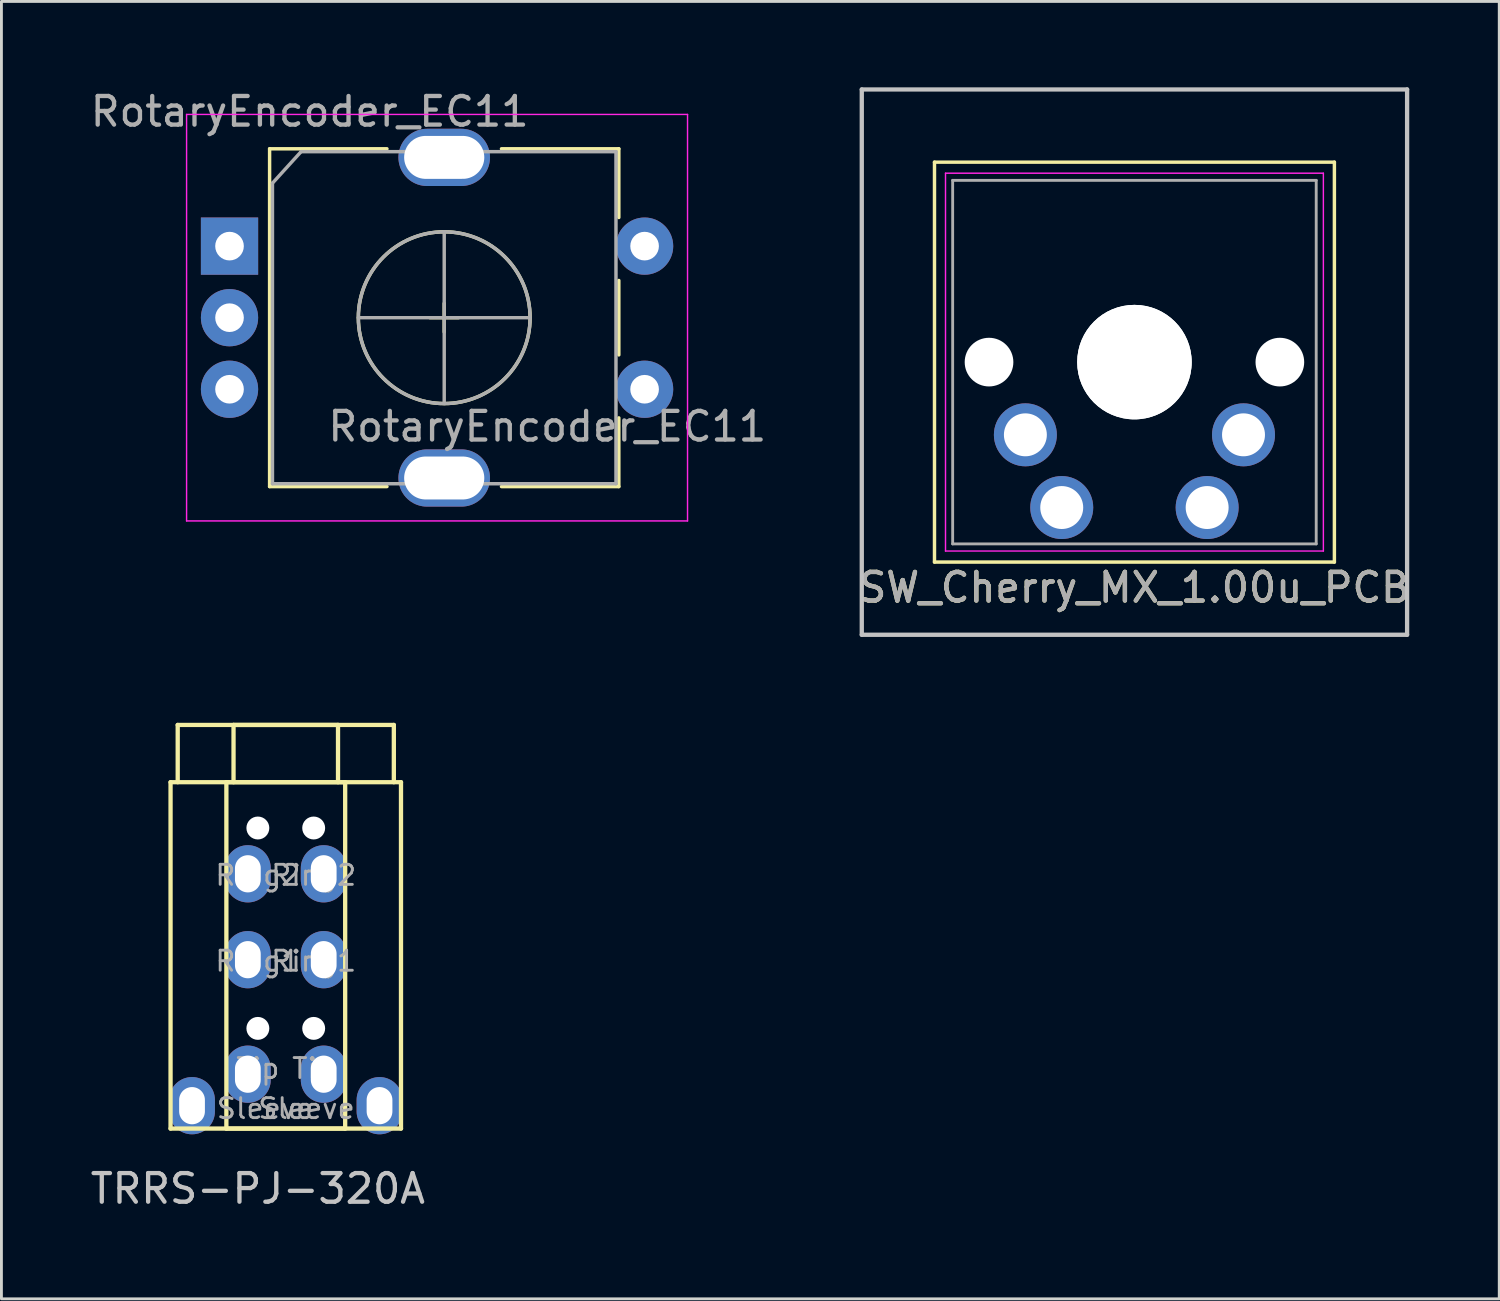
<source format=kicad_pcb>
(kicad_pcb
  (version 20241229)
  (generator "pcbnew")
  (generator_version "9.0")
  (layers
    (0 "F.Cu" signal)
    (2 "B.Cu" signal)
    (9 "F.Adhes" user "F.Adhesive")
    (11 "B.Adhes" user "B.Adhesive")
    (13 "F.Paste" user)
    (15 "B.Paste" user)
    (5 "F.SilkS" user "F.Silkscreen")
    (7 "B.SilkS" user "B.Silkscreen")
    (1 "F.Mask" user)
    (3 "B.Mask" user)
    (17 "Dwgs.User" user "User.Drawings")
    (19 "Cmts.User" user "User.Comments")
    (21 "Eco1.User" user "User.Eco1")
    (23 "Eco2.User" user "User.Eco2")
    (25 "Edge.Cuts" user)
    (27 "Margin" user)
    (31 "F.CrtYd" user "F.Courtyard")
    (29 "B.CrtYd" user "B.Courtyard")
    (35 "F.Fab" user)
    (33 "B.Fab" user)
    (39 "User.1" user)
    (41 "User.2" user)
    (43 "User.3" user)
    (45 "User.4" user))
  (footprint "RotaryEncoder_EC11"
    (layer "F.Cu")
    (at 12.468 8.048)
    (property "Reference" "RotaryEncoder_EC11" (at -4.7 -7.2 0) (layer "F.Fab") (effects (font (size 1 1) (thickness 0.15))))
    (attr through_hole)
    (fp_line (start -6.1 -5.9) (end -6.1 5.9) (stroke (width 0.12) (type solid)) (layer "F.SilkS"))
    (fp_line (start -2 -5.9) (end -6.1 -5.9) (stroke (width 0.12) (type solid)) (layer "F.SilkS"))
    (fp_line (start -2 5.9) (end -6.1 5.9) (stroke (width 0.12) (type solid)) (layer "F.SilkS"))
    (fp_line (start -0.5 0) (end 0.5 0) (stroke (width 0.12) (type solid)) (layer "F.SilkS"))
    (fp_line (start 0 -0.5) (end 0 0.5) (stroke (width 0.12) (type solid)) (layer "F.SilkS"))
    (fp_line (start 2 -5.9) (end 6.1 -5.9) (stroke (width 0.12) (type solid)) (layer "F.SilkS"))
    (fp_line (start 6.1 -5.9) (end 6.1 -3.5) (stroke (width 0.12) (type solid)) (layer "F.SilkS"))
    (fp_line (start 6.1 -1.3) (end 6.1 1.3) (stroke (width 0.12) (type solid)) (layer "F.SilkS"))
    (fp_line (start 6.1 3.5) (end 6.1 5.9) (stroke (width 0.12) (type solid)) (layer "F.SilkS"))
    (fp_line (start 6.1 5.9) (end 2 5.9) (stroke (width 0.12) (type solid)) (layer "F.SilkS"))
    (fp_circle (center 0 0) (end 3 0) (stroke (width 0.12) (type solid)) (fill no) (layer "F.SilkS"))
    (fp_line (start -9 -7.1) (end -9 7.1) (stroke (width 0.05) (type solid)) (layer "F.CrtYd"))
    (fp_line (start -9 -7.1) (end 8.5 -7.1) (stroke (width 0.05) (type solid)) (layer "F.CrtYd"))
    (fp_line (start 8.5 7.1) (end -9 7.1) (stroke (width 0.05) (type solid)) (layer "F.CrtYd"))
    (fp_line (start 8.5 7.1) (end 8.5 -7.1) (stroke (width 0.05) (type solid)) (layer "F.CrtYd"))
    (fp_line (start -6 -4.7) (end -5 -5.8) (stroke (width 0.12) (type solid)) (layer "F.Fab"))
    (fp_line (start -6 5.8) (end -6 -4.7) (stroke (width 0.12) (type solid)) (layer "F.Fab"))
    (fp_line (start -5 -5.8) (end 6 -5.8) (stroke (width 0.12) (type solid)) (layer "F.Fab"))
    (fp_line (start -3 0) (end 3 0) (stroke (width 0.12) (type solid)) (layer "F.Fab"))
    (fp_line (start 0 -3) (end 0 3) (stroke (width 0.12) (type solid)) (layer "F.Fab"))
    (fp_line (start 6 -5.8) (end 6 5.8) (stroke (width 0.12) (type solid)) (layer "F.Fab"))
    (fp_line (start 6 5.8) (end -6 5.8) (stroke (width 0.12) (type solid)) (layer "F.Fab"))
    (fp_circle (center 0 0) (end 3 0) (stroke (width 0.12) (type solid)) (fill no) (layer "F.Fab"))
    (fp_line (start -7.1 -5.9) (end -7.1 5.9) (stroke (width 0.12) (type solid)) (layer "User.3"))
    (fp_line (start -7.1 -5.9) (end 6.9 -5.9) (stroke (width 0.12) (type solid)) (layer "User.3"))
    (fp_line (start -7.1 5.9) (end 6.9 5.9) (stroke (width 0.12) (type solid)) (layer "User.3"))
    (fp_line (start 6.9 -5.9) (end 6.9 5.9) (stroke (width 0.12) (type solid)) (layer "User.3"))
    (fp_text user "${REFERENCE}" (at 3.6 3.8 0) (layer "F.Fab") (effects (font (size 1 1) (thickness 0.15))))
    (pad "" np_thru_hole oval (at 0 -5.6) (size 3.2 2) (drill oval 2.8 1.5) (layers "*.Cu" "*.Mask"))
    (pad "" np_thru_hole oval (at 0 5.6) (size 3.2 2) (drill oval 2.8 1.5) (layers "*.Cu" "*.Mask"))
    (pad "A" thru_hole rect (at -7.5 -2.5) (size 2 2) (drill 1) (layers "*.Cu" "*.Mask"))
    (pad "B" thru_hole circle (at -7.5 2.5) (size 2 2) (drill 1) (layers "*.Cu" "*.Mask"))
    (pad "C" thru_hole circle (at -7.5 0) (size 2 2) (drill 1) (layers "*.Cu" "*.Mask"))
    (pad "S1" thru_hole circle (at 7 2.5) (size 2 2) (drill 1) (layers "*.Cu" "*.Mask"))
    (pad "S2" thru_hole circle (at 7 -2.5) (size 2 2) (drill 1) (layers "*.Cu" "*.Mask")))
  (footprint "TRRS-PJ-320A"
    (layer "F.Cu")
    (at 5.958 24.275)
    (property "Reference" "TRRS-PJ-320A" (at 0 14.2 0) (layer "Dwgs.User") (effects (font (size 1 1) (thickness 0.15))))
    (attr through_hole)
    (fp_line (start -3.05 0) (end -3.05 12.1) (stroke (width 0.15) (type solid)) (layer "F.SilkS"))
    (fp_line (start -2.8 0) (end -2.8 -2) (stroke (width 0.15) (type solid)) (layer "F.SilkS"))
    (fp_line (start -1.1 0) (end -1.1 12.1) (stroke (width 0.15) (type solid)) (layer "F.SilkS"))
    (fp_line (start -1.1 0) (end 5 0) (stroke (width 0.15) (type solid)) (layer "F.SilkS"))
    (fp_line (start -1.1 12.1) (end 5 12.1) (stroke (width 0.15) (type solid)) (layer "F.SilkS"))
    (fp_line (start -0.85 -2) (end 4.75 -2) (stroke (width 0.15) (type solid)) (layer "F.SilkS"))
    (fp_line (start -0.85 0) (end -0.85 -2) (stroke (width 0.15) (type solid)) (layer "F.SilkS"))
    (fp_line (start 2.8 -2) (end -2.8 -2) (stroke (width 0.15) (type solid)) (layer "F.SilkS"))
    (fp_line (start 2.8 0) (end 2.8 -2) (stroke (width 0.15) (type solid)) (layer "F.SilkS"))
    (fp_line (start 3.05 0) (end -3.05 0) (stroke (width 0.15) (type solid)) (layer "F.SilkS"))
    (fp_line (start 3.05 0) (end 3.05 12.1) (stroke (width 0.15) (type solid)) (layer "F.SilkS"))
    (fp_line (start 3.05 12.1) (end -3.05 12.1) (stroke (width 0.15) (type solid)) (layer "F.SilkS"))
    (fp_line (start 4.75 0) (end 4.75 -2) (stroke (width 0.15) (type solid)) (layer "F.SilkS"))
    (fp_line (start 5 0) (end 5 12.1) (stroke (width 0.15) (type solid)) (layer "F.SilkS"))
    (fp_text user "Tip" (at 0 10 0) (layer "F.Fab") (effects (font (size 0.7 0.7) (thickness 0.1))))
    (fp_text user "Ring2" (at 1.95 3.25 0) (layer "F.Fab") (effects (font (size 0.7 0.7) (thickness 0.1))))
    (fp_text user "Ring1" (at 0 6.25 0) (layer "F.Fab") (effects (font (size 0.7 0.7) (thickness 0.1))))
    (fp_text user "Sleeve" (at 0.25 11.4 0) (layer "F.Fab") (effects (font (size 0.7 0.7) (thickness 0.1))))
    (fp_text user "Tip" (at 1.95 10 0) (layer "F.Fab") (effects (font (size 0.7 0.7) (thickness 0.1))))
    (fp_text user "Ring1" (at 1.95 6.25 0) (layer "F.Fab") (effects (font (size 0.7 0.7) (thickness 0.1))))
    (fp_text user "Sleeve" (at 1.7 11.4 0) (layer "F.Fab") (effects (font (size 0.7 0.7) (thickness 0.1))))
    (fp_text user "Ring2" (at 0 3.25 0) (layer "F.Fab") (effects (font (size 0.7 0.7) (thickness 0.1))))
    (pad "" np_thru_hole circle (at 0 1.6) (size 0.8 0.8) (drill 0.8) (layers "*.Cu" "*.Mask"))
    (pad "" np_thru_hole circle (at 0 8.6) (size 0.8 0.8) (drill 0.8) (layers "*.Cu" "*.Mask"))
    (pad "" np_thru_hole circle (at 1.95 1.6) (size 0.8 0.8) (drill 0.8) (layers "*.Cu" "*.Mask"))
    (pad "" np_thru_hole circle (at 1.95 8.6) (size 0.8 0.8) (drill 0.8) (layers "*.Cu" "*.Mask"))
    (pad "1" thru_hole oval (at -2.3 11.3) (size 1.6 2) (drill oval 0.9 1.3) (layers "*.Cu" "*.Mask"))
    (pad "1" thru_hole oval (at 4.25 11.3) (size 1.6 2) (drill oval 0.9 1.3) (layers "*.Cu" "*.Mask"))
    (pad "2" thru_hole oval (at -0.35 10.2) (size 1.6 2) (drill oval 0.9 1.3) (layers "*.Cu" "*.Mask"))
    (pad "2" thru_hole oval (at 2.3 10.2) (size 1.6 2) (drill oval 0.9 1.3) (layers "*.Cu" "*.Mask"))
    (pad "3" thru_hole oval (at -0.35 6.2) (size 1.6 2) (drill oval 0.9 1.3) (layers "*.Cu" "*.Mask"))
    (pad "3" thru_hole oval (at 2.3 6.2) (size 1.6 2) (drill oval 0.9 1.3) (layers "*.Cu" "*.Mask"))
    (pad "4" thru_hole oval (at -0.35 3.2) (size 1.6 2) (drill oval 0.9 1.3) (layers "*.Cu" "*.Mask"))
    (pad "4" thru_hole oval (at 2.3 3.2) (size 1.6 2) (drill oval 0.9 1.3) (layers "*.Cu" "*.Mask")))
  (footprint "SW_Cherry_MX_1.00u_PCB"
    (layer "F.Cu")
    (at 39.12 4.52)
    (property "Reference" "SW_Cherry_MX_1.00u_PCB" (at -2.54 12.954 180) (layer "F.SilkS") (effects (font (size 1 1) (thickness 0.15))))
    (attr through_hole)
    (fp_line (start -9.525 -1.905) (end 4.445 -1.905) (stroke (width 0.12) (type solid)) (layer "F.SilkS"))
    (fp_line (start -9.525 12.065) (end -9.525 -1.905) (stroke (width 0.12) (type solid)) (layer "F.SilkS"))
    (fp_line (start 4.445 -1.905) (end 4.445 12.065) (stroke (width 0.12) (type solid)) (layer "F.SilkS"))
    (fp_line (start 4.445 12.065) (end -9.525 12.065) (stroke (width 0.12) (type solid)) (layer "F.SilkS"))
    (fp_line (start -12.065 -4.445) (end 6.985 -4.445) (stroke (width 0.15) (type solid)) (layer "Dwgs.User"))
    (fp_line (start -12.065 14.605) (end -12.065 -4.445) (stroke (width 0.15) (type solid)) (layer "Dwgs.User"))
    (fp_line (start 6.985 -4.445) (end 6.985 14.605) (stroke (width 0.15) (type solid)) (layer "Dwgs.User"))
    (fp_line (start 6.985 14.605) (end -12.065 14.605) (stroke (width 0.15) (type solid)) (layer "Dwgs.User"))
    (fp_line (start -9.14 -1.52) (end 4.06 -1.52) (stroke (width 0.05) (type solid)) (layer "F.CrtYd"))
    (fp_line (start -9.14 11.68) (end -9.14 -1.52) (stroke (width 0.05) (type solid)) (layer "F.CrtYd"))
    (fp_line (start 4.06 -1.52) (end 4.06 11.68) (stroke (width 0.05) (type solid)) (layer "F.CrtYd"))
    (fp_line (start 4.06 11.68) (end -9.14 11.68) (stroke (width 0.05) (type solid)) (layer "F.CrtYd"))
    (fp_line (start -8.89 -1.27) (end 3.81 -1.27) (stroke (width 0.1) (type solid)) (layer "F.Fab"))
    (fp_line (start -8.89 11.43) (end -8.89 -1.27) (stroke (width 0.1) (type solid)) (layer "F.Fab"))
    (fp_line (start 3.81 -1.27) (end 3.81 11.43) (stroke (width 0.1) (type solid)) (layer "F.Fab"))
    (fp_line (start 3.81 11.43) (end -8.89 11.43) (stroke (width 0.1) (type solid)) (layer "F.Fab"))
    (fp_text user "${REFERENCE}" (at -2.54 12.954 180) (layer "F.Fab") (effects (font (size 1 1) (thickness 0.15))))
    (pad "" np_thru_hole circle (at -7.62 5.08 180) (size 1.7 1.7) (drill 1.7) (layers "*.Cu" "*.Mask"))
    (pad "" np_thru_hole circle (at -2.54 5.08 180) (size 4 4) (drill 4) (layers "*.Cu" "*.Mask"))
    (pad "" np_thru_hole circle (at -2.54 5.08 180) (size 4 4) (drill 4) (layers "*.Cu" "*.Mask"))
    (pad "" np_thru_hole circle (at 2.54 5.08 180) (size 1.7 1.7) (drill 1.7) (layers "*.Cu" "*.Mask"))
    (pad "1" thru_hole circle (at -5.08 10.16 180) (size 2.2 2.2) (drill 1.5) (layers "*.Cu" "*.Mask"))
    (pad "1" thru_hole circle (at 0 10.16 180) (size 2.2 2.2) (drill 1.5) (layers "*.Cu" "*.Mask"))
    (pad "2" thru_hole circle (at -6.35 7.62 180) (size 2.2 2.2) (drill 1.5) (layers "*.Cu" "*.Mask"))
    (pad "2" thru_hole circle (at 1.27 7.62 180) (size 2.2 2.2) (drill 1.5) (layers "*.Cu" "*.Mask")))
  (gr_rect
    (start -3 -3)
    (end 49.324 42.323)
    (stroke (width 0.1) (type default))
    (fill no)
    (layer "Edge.Cuts")))
</source>
